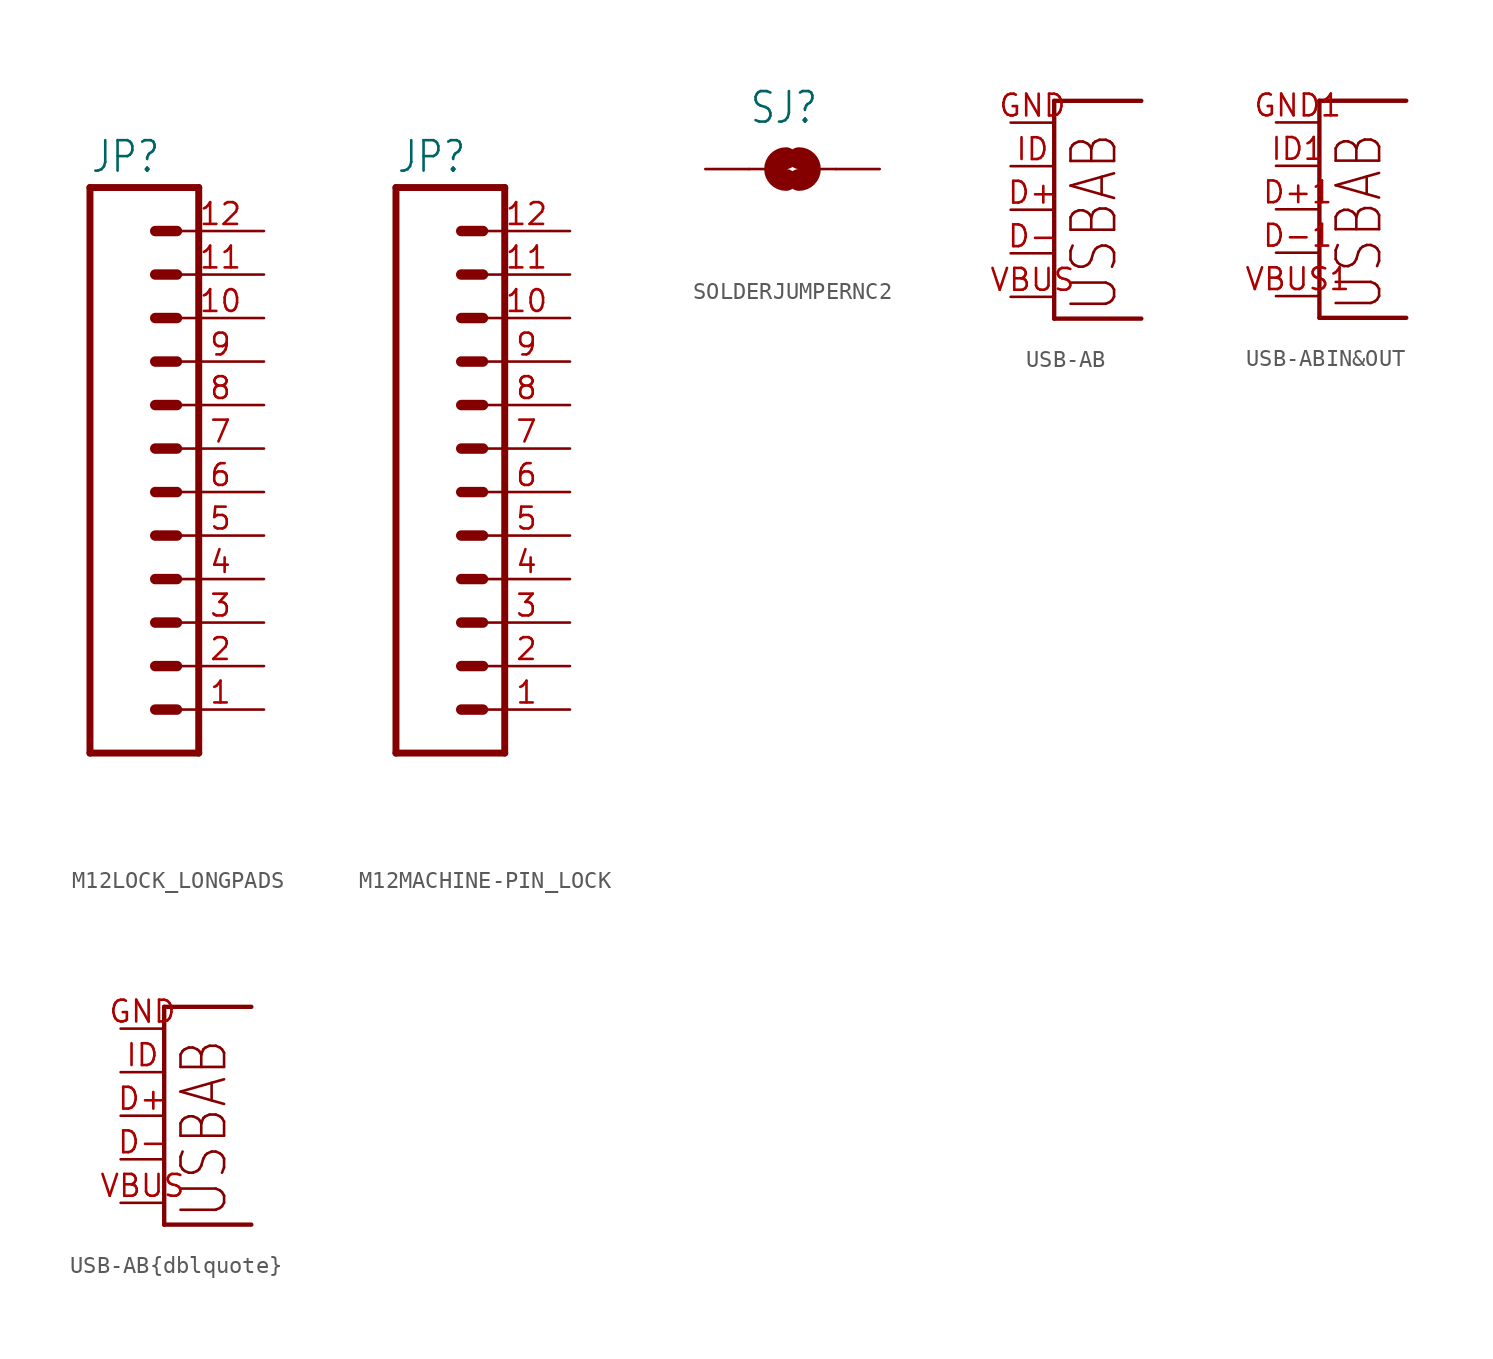
<source format=kicad_sym>
(kicad_symbol_lib
  (version 20220914)
  (generator kicad_symbol_editor)
  (symbol "M12LOCK_LONGPADS"
    (property "Reference" "JP"
      (at 0 16.002 0)
      (effects (font (size 1.778 1.511)) (justify left bottom)))
    (property "Value" ""
      (at 0 -20.32 0)
      (effects (font (size 1.778 1.511)) (justify left bottom)))
    (property "ki_locked" ""
      (at 0 0 0)
      (effects (font (size 1.27 1.27))))
    (symbol "M12LOCK_LONGPADS_1_0"
      (polyline (pts (xy 0 15.24) (xy 0 -17.78)) (stroke (width 0.406) (type solid)) (fill (type none)))
      (polyline (pts (xy 0 15.24) (xy 6.35 15.24)) (stroke (width 0.406) (type solid)) (fill (type none)))
      (polyline (pts (xy 3.81 -15.24) (xy 5.08 -15.24)) (stroke (width 0.61) (type solid)) (fill (type none)))
      (polyline (pts (xy 3.81 -12.7) (xy 5.08 -12.7)) (stroke (width 0.61) (type solid)) (fill (type none)))
      (polyline (pts (xy 3.81 -10.16) (xy 5.08 -10.16)) (stroke (width 0.61) (type solid)) (fill (type none)))
      (polyline (pts (xy 3.81 -7.62) (xy 5.08 -7.62)) (stroke (width 0.61) (type solid)) (fill (type none)))
      (polyline (pts (xy 3.81 -5.08) (xy 5.08 -5.08)) (stroke (width 0.61) (type solid)) (fill (type none)))
      (polyline (pts (xy 3.81 -2.54) (xy 5.08 -2.54)) (stroke (width 0.61) (type solid)) (fill (type none)))
      (polyline (pts (xy 3.81 0) (xy 5.08 0)) (stroke (width 0.61) (type solid)) (fill (type none)))
      (polyline (pts (xy 3.81 2.54) (xy 5.08 2.54)) (stroke (width 0.61) (type solid)) (fill (type none)))
      (polyline (pts (xy 3.81 5.08) (xy 5.08 5.08)) (stroke (width 0.61) (type solid)) (fill (type none)))
      (polyline (pts (xy 3.81 7.62) (xy 5.08 7.62)) (stroke (width 0.61) (type solid)) (fill (type none)))
      (polyline (pts (xy 3.81 10.16) (xy 5.08 10.16)) (stroke (width 0.61) (type solid)) (fill (type none)))
      (polyline (pts (xy 3.81 12.7) (xy 5.08 12.7)) (stroke (width 0.61) (type solid)) (fill (type none)))
      (polyline (pts (xy 6.35 -17.78) (xy 0 -17.78)) (stroke (width 0.406) (type solid)) (fill (type none)))
      (polyline (pts (xy 6.35 -17.78) (xy 6.35 15.24)) (stroke (width 0.406) (type solid)) (fill (type none)))
      (pin passive line (at 10.16 -15.24 180) (length 5.08) (name "1" (effects (font (size 0 0)))) (number "1" (effects (font (size 1.27 1.27)))))
      (pin passive line (at 10.16 7.62 180) (length 5.08) (name "10" (effects (font (size 0 0)))) (number "10" (effects (font (size 1.27 1.27)))))
      (pin passive line (at 10.16 10.16 180) (length 5.08) (name "11" (effects (font (size 0 0)))) (number "11" (effects (font (size 1.27 1.27)))))
      (pin passive line (at 10.16 12.7 180) (length 5.08) (name "12" (effects (font (size 0 0)))) (number "12" (effects (font (size 1.27 1.27)))))
      (pin passive line (at 10.16 -12.7 180) (length 5.08) (name "2" (effects (font (size 0 0)))) (number "2" (effects (font (size 1.27 1.27)))))
      (pin passive line (at 10.16 -10.16 180) (length 5.08) (name "3" (effects (font (size 0 0)))) (number "3" (effects (font (size 1.27 1.27)))))
      (pin passive line (at 10.16 -7.62 180) (length 5.08) (name "4" (effects (font (size 0 0)))) (number "4" (effects (font (size 1.27 1.27)))))
      (pin passive line (at 10.16 -5.08 180) (length 5.08) (name "5" (effects (font (size 0 0)))) (number "5" (effects (font (size 1.27 1.27)))))
      (pin passive line (at 10.16 -2.54 180) (length 5.08) (name "6" (effects (font (size 0 0)))) (number "6" (effects (font (size 1.27 1.27)))))
      (pin passive line (at 10.16 0 180) (length 5.08) (name "7" (effects (font (size 0 0)))) (number "7" (effects (font (size 1.27 1.27)))))
      (pin passive line (at 10.16 2.54 180) (length 5.08) (name "8" (effects (font (size 0 0)))) (number "8" (effects (font (size 1.27 1.27)))))
      (pin passive line (at 10.16 5.08 180) (length 5.08) (name "9" (effects (font (size 0 0)))) (number "9" (effects (font (size 1.27 1.27)))))))
  (symbol "M12MACHINE-PIN_LOCK"
    (property "Reference" "JP"
      (at 0 16.002 0)
      (effects (font (size 1.778 1.511)) (justify left bottom)))
    (property "Value" ""
      (at 0 -20.32 0)
      (effects (font (size 1.778 1.511)) (justify left bottom)))
    (property "ki_locked" ""
      (at 0 0 0)
      (effects (font (size 1.27 1.27))))
    (symbol "M12MACHINE-PIN_LOCK_1_0"
      (polyline (pts (xy 0 15.24) (xy 0 -17.78)) (stroke (width 0.406) (type solid)) (fill (type none)))
      (polyline (pts (xy 0 15.24) (xy 6.35 15.24)) (stroke (width 0.406) (type solid)) (fill (type none)))
      (polyline (pts (xy 3.81 -15.24) (xy 5.08 -15.24)) (stroke (width 0.61) (type solid)) (fill (type none)))
      (polyline (pts (xy 3.81 -12.7) (xy 5.08 -12.7)) (stroke (width 0.61) (type solid)) (fill (type none)))
      (polyline (pts (xy 3.81 -10.16) (xy 5.08 -10.16)) (stroke (width 0.61) (type solid)) (fill (type none)))
      (polyline (pts (xy 3.81 -7.62) (xy 5.08 -7.62)) (stroke (width 0.61) (type solid)) (fill (type none)))
      (polyline (pts (xy 3.81 -5.08) (xy 5.08 -5.08)) (stroke (width 0.61) (type solid)) (fill (type none)))
      (polyline (pts (xy 3.81 -2.54) (xy 5.08 -2.54)) (stroke (width 0.61) (type solid)) (fill (type none)))
      (polyline (pts (xy 3.81 0) (xy 5.08 0)) (stroke (width 0.61) (type solid)) (fill (type none)))
      (polyline (pts (xy 3.81 2.54) (xy 5.08 2.54)) (stroke (width 0.61) (type solid)) (fill (type none)))
      (polyline (pts (xy 3.81 5.08) (xy 5.08 5.08)) (stroke (width 0.61) (type solid)) (fill (type none)))
      (polyline (pts (xy 3.81 7.62) (xy 5.08 7.62)) (stroke (width 0.61) (type solid)) (fill (type none)))
      (polyline (pts (xy 3.81 10.16) (xy 5.08 10.16)) (stroke (width 0.61) (type solid)) (fill (type none)))
      (polyline (pts (xy 3.81 12.7) (xy 5.08 12.7)) (stroke (width 0.61) (type solid)) (fill (type none)))
      (polyline (pts (xy 6.35 -17.78) (xy 0 -17.78)) (stroke (width 0.406) (type solid)) (fill (type none)))
      (polyline (pts (xy 6.35 -17.78) (xy 6.35 15.24)) (stroke (width 0.406) (type solid)) (fill (type none)))
      (pin passive line (at 10.16 -15.24 180) (length 5.08) (name "1" (effects (font (size 0 0)))) (number "1" (effects (font (size 1.27 1.27)))))
      (pin passive line (at 10.16 7.62 180) (length 5.08) (name "10" (effects (font (size 0 0)))) (number "10" (effects (font (size 1.27 1.27)))))
      (pin passive line (at 10.16 10.16 180) (length 5.08) (name "11" (effects (font (size 0 0)))) (number "11" (effects (font (size 1.27 1.27)))))
      (pin passive line (at 10.16 12.7 180) (length 5.08) (name "12" (effects (font (size 0 0)))) (number "12" (effects (font (size 1.27 1.27)))))
      (pin passive line (at 10.16 -12.7 180) (length 5.08) (name "2" (effects (font (size 0 0)))) (number "2" (effects (font (size 1.27 1.27)))))
      (pin passive line (at 10.16 -10.16 180) (length 5.08) (name "3" (effects (font (size 0 0)))) (number "3" (effects (font (size 1.27 1.27)))))
      (pin passive line (at 10.16 -7.62 180) (length 5.08) (name "4" (effects (font (size 0 0)))) (number "4" (effects (font (size 1.27 1.27)))))
      (pin passive line (at 10.16 -5.08 180) (length 5.08) (name "5" (effects (font (size 0 0)))) (number "5" (effects (font (size 1.27 1.27)))))
      (pin passive line (at 10.16 -2.54 180) (length 5.08) (name "6" (effects (font (size 0 0)))) (number "6" (effects (font (size 1.27 1.27)))))
      (pin passive line (at 10.16 0 180) (length 5.08) (name "7" (effects (font (size 0 0)))) (number "7" (effects (font (size 1.27 1.27)))))
      (pin passive line (at 10.16 2.54 180) (length 5.08) (name "8" (effects (font (size 0 0)))) (number "8" (effects (font (size 1.27 1.27)))))
      (pin passive line (at 10.16 5.08 180) (length 5.08) (name "9" (effects (font (size 0 0)))) (number "9" (effects (font (size 1.27 1.27)))))))
  (symbol "SOLDERJUMPERNC2"
    (property "Reference" "SJ"
      (at -2.54 2.54 0)
      (effects (font (size 1.778 1.511)) (justify left bottom)))
    (property "Value" ""
      (at -2.54 -5.08 0)
      (effects (font (size 1.778 1.511)) (justify left bottom)))
    (property "ki_locked" ""
      (at 0 0 0)
      (effects (font (size 1.27 1.27))))
    (symbol "SOLDERJUMPERNC2_1_0"
      (arc (start -0.3808 0.635) (mid -1.0159 0.0001) (end -0.381 -0.635) (stroke (width 1.27) (type solid)) (fill (type none)))
      (polyline (pts (xy -2.54 0) (xy -1.651 0)) (stroke (width 0.152) (type solid)) (fill (type none)))
      (polyline (pts (xy 2.54 0) (xy 1.651 0)) (stroke (width 0.152) (type solid)) (fill (type none)))
      (arc (start 0.3808 -0.635) (mid 1.0159 -0.0001) (end 0.381 0.635) (stroke (width 1.27) (type solid)) (fill (type none)))
      (pin passive line (at -5.08 0 0) (length 2.54) (name "1" (effects (font (size 0 0)))) (number "1" (effects (font (size 0 0)))))
      (pin passive line (at 5.08 0 180) (length 2.54) (name "2" (effects (font (size 0 0)))) (number "2" (effects (font (size 0 0)))))))
  (symbol "USB-AB"
    (property "Reference" "U"
      (at 0 0 0)
      (effects (font (size 1.27 1.27)) hide))
    (property "ki_locked" ""
      (at 0 0 0)
      (effects (font (size 1.27 1.27))))
    (symbol "USB-AB_1_0"
      (polyline (pts (xy -2.54 -6.35) (xy 2.54 -6.35)) (stroke (width 0.254) (type solid)) (fill (type none)))
      (polyline (pts (xy -2.54 6.35) (xy -2.54 -6.35)) (stroke (width 0.254) (type solid)) (fill (type none)))
      (polyline (pts (xy 2.54 6.35) (xy -2.54 6.35)) (stroke (width 0.254) (type solid)) (fill (type none)))
      (text "USBAB" (at 1.27 -6.096 900) (effects (font (size 2.54 2.159)) (justify left bottom)))
      (pin bidirectional line (at -5.08 0 0) (length 2.54) (name "D+" (effects (font (size 0 0)))) (number "D+" (effects (font (size 1.27 1.27)))))
      (pin bidirectional line (at -5.08 -2.54 0) (length 2.54) (name "D-" (effects (font (size 0 0)))) (number "D-" (effects (font (size 1.27 1.27)))))
      (pin bidirectional line (at -5.08 5.08 0) (length 2.54) (name "GND" (effects (font (size 0 0)))) (number "GND" (effects (font (size 1.27 1.27)))))
      (pin bidirectional line (at -5.08 2.54 0) (length 2.54) (name "USBID" (effects (font (size 0 0)))) (number "ID" (effects (font (size 1.27 1.27)))))
      (pin bidirectional line (at -5.08 -5.08 0) (length 2.54) (name "VBUS" (effects (font (size 0 0)))) (number "VBUS" (effects (font (size 1.27 1.27)))))))
  (symbol "USB-ABIN&OUT"
    (property "Reference" "U"
      (at 0 0 0)
      (effects (font (size 1.27 1.27)) hide))
    (property "ki_locked" ""
      (at 0 0 0)
      (effects (font (size 1.27 1.27))))
    (symbol "USB-ABIN&OUT_1_0"
      (polyline (pts (xy -2.54 -6.35) (xy 2.54 -6.35)) (stroke (width 0.254) (type solid)) (fill (type none)))
      (polyline (pts (xy -2.54 6.35) (xy -2.54 -6.35)) (stroke (width 0.254) (type solid)) (fill (type none)))
      (polyline (pts (xy 2.54 6.35) (xy -2.54 6.35)) (stroke (width 0.254) (type solid)) (fill (type none)))
      (text "USBAB" (at 1.27 -6.096 900) (effects (font (size 2.54 2.159)) (justify left bottom)))
      (pin bidirectional line (at -5.08 0 0) (length 2.54) (name "D+" (effects (font (size 0 0)))) (number "D+1" (effects (font (size 1.27 1.27)))))
      (pin bidirectional line (at -5.08 -2.54 0) (length 2.54) (name "D-" (effects (font (size 0 0)))) (number "D-1" (effects (font (size 1.27 1.27)))))
      (pin bidirectional line (at -5.08 5.08 0) (length 2.54) (name "GND" (effects (font (size 0 0)))) (number "GND1" (effects (font (size 1.27 1.27)))))
      (pin bidirectional line (at -5.08 2.54 0) (length 2.54) (name "USBID" (effects (font (size 0 0)))) (number "ID1" (effects (font (size 1.27 1.27)))))
      (pin bidirectional line (at -5.08 -5.08 0) (length 2.54) (name "VBUS" (effects (font (size 0 0)))) (number "VBUS1" (effects (font (size 1.27 1.27)))))))
  (symbol "USB-AB{dblquote}"
    (property "Reference" "U"
      (at 0 0 0)
      (effects (font (size 1.27 1.27)) hide))
    (property "ki_locked" ""
      (at 0 0 0)
      (effects (font (size 1.27 1.27))))
    (symbol "USB-AB{dblquote}_1_0"
      (polyline (pts (xy -2.54 -6.35) (xy 2.54 -6.35)) (stroke (width 0.254) (type solid)) (fill (type none)))
      (polyline (pts (xy -2.54 6.35) (xy -2.54 -6.35)) (stroke (width 0.254) (type solid)) (fill (type none)))
      (polyline (pts (xy 2.54 6.35) (xy -2.54 6.35)) (stroke (width 0.254) (type solid)) (fill (type none)))
      (text "USBAB" (at 1.27 -6.096 900) (effects (font (size 2.54 2.159)) (justify left bottom)))
      (pin bidirectional line (at -5.08 0 0) (length 2.54) (name "D+" (effects (font (size 0 0)))) (number "D+" (effects (font (size 1.27 1.27)))))
      (pin bidirectional line (at -5.08 -2.54 0) (length 2.54) (name "D-" (effects (font (size 0 0)))) (number "D-" (effects (font (size 1.27 1.27)))))
      (pin bidirectional line (at -5.08 5.08 0) (length 2.54) (name "GND" (effects (font (size 0 0)))) (number "GND" (effects (font (size 1.27 1.27)))))
      (pin bidirectional line (at -5.08 2.54 0) (length 2.54) (name "USBID" (effects (font (size 0 0)))) (number "ID" (effects (font (size 1.27 1.27)))))
      (pin bidirectional line (at -5.08 -5.08 0) (length 2.54) (name "VBUS" (effects (font (size 0 0)))) (number "VBUS" (effects (font (size 1.27 1.27))))))))
</source>
